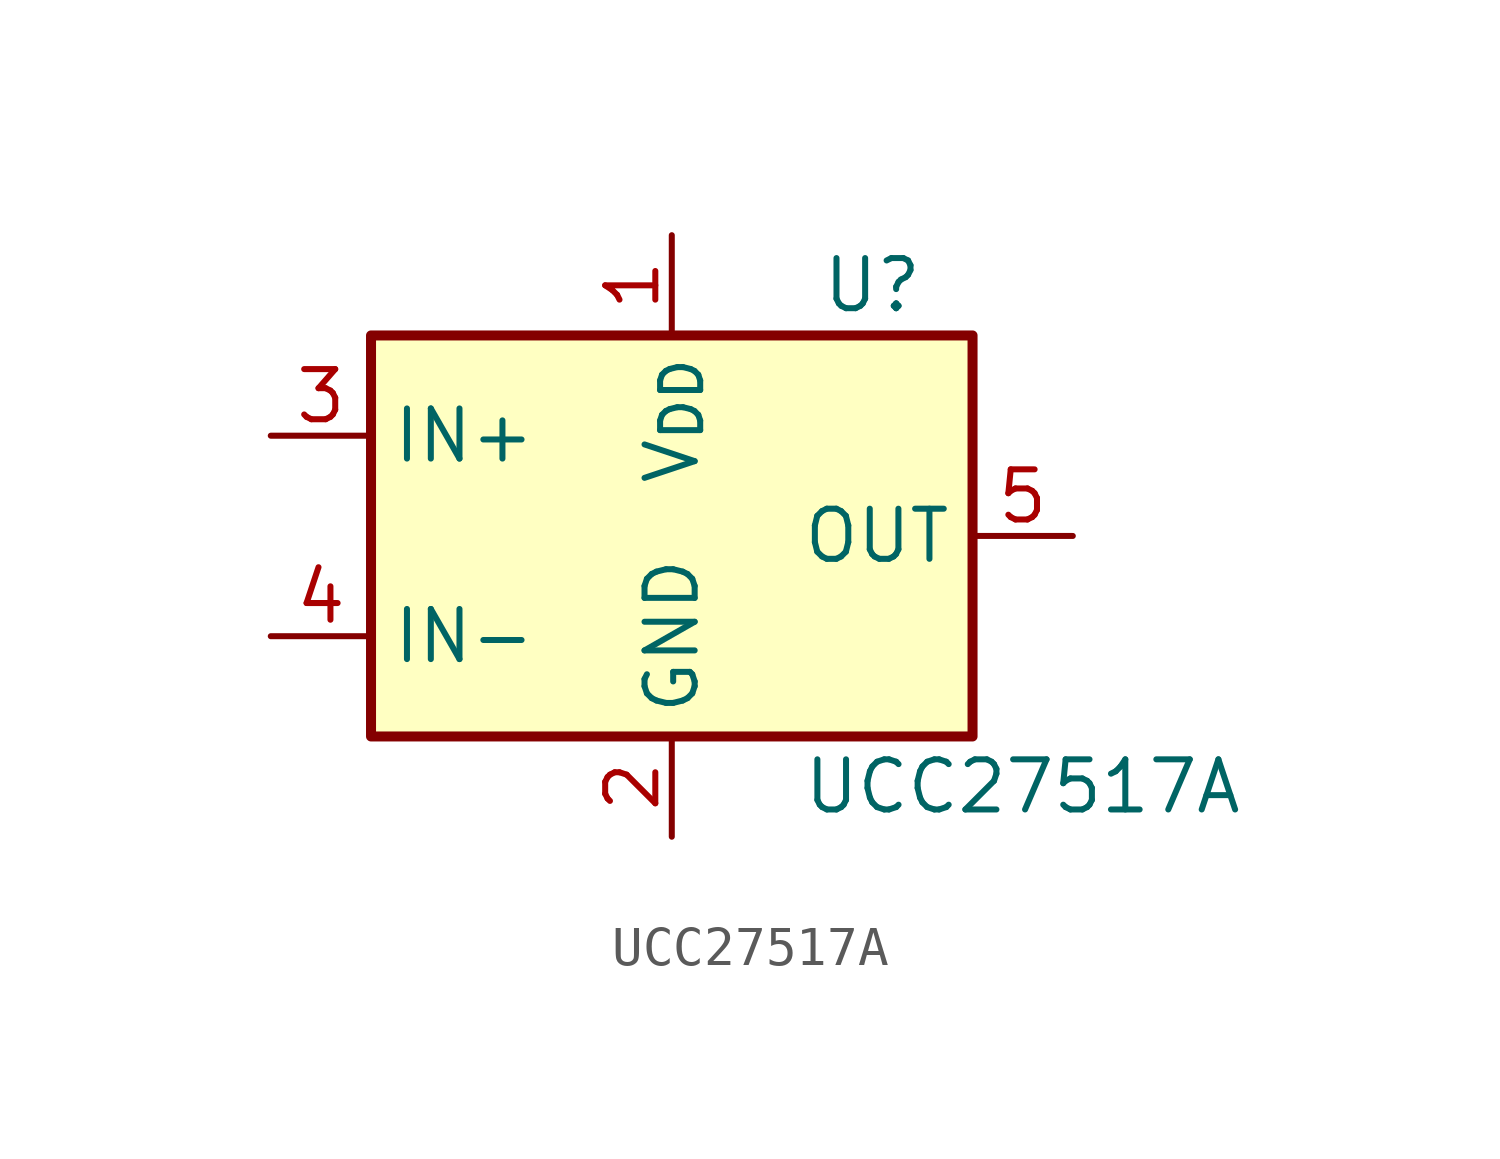
<source format=kicad_sym>
(kicad_symbol_lib
  (version 20241209)
  (generator "kicad_symbol_editor")
  (generator_version "9.0")
  (symbol "UCC27517A"
    (property "Reference" "U"
      (at 5.08 6.35 0)
      (effects (font (size 1.27 1.27))))
    (property "Value" "UCC27517A"
      (at 8.89 -6.35 0)
      (effects (font (size 1.27 1.27))))
    (symbol "UCC27517A_0_1"
      (rectangle (start -7.62 5.08) (end 7.62 -5.08) (stroke (width 0.254) (type default)) (fill (type background))))
    (symbol "UCC27517A_1_1"
      (pin input line (at -10.16 2.54 0) (length 2.54) (name "IN+" (effects (font (size 1.27 1.27)))) (number "3" (effects (font (size 1.27 1.27)))))
      (pin input line (at -10.16 -2.54 0) (length 2.54) (name "IN-" (effects (font (size 1.27 1.27)))) (number "4" (effects (font (size 1.27 1.27)))))
      (pin power_in line (at 0 7.62 270) (length 2.54) (name "V_{DD}" (effects (font (size 1.27 1.27)))) (number "1" (effects (font (size 1.27 1.27)))))
      (pin power_in line (at 0 -7.62 90) (length 2.54) (name "GND" (effects (font (size 1.27 1.27)))) (number "2" (effects (font (size 1.27 1.27)))))
      (pin output line (at 10.16 0 180) (length 2.54) (name "OUT" (effects (font (size 1.27 1.27)))) (number "5" (effects (font (size 1.27 1.27))))))))
</source>
